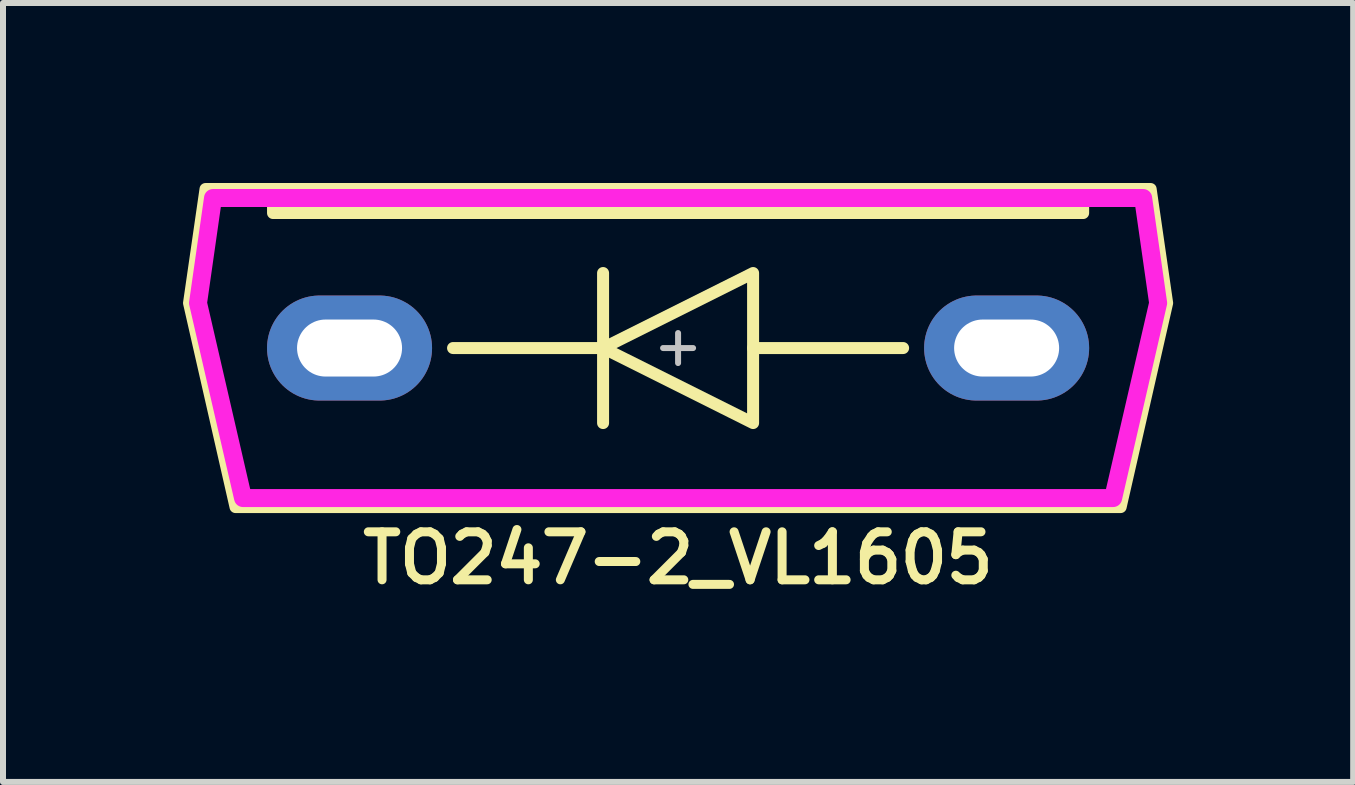
<source format=kicad_pcb>
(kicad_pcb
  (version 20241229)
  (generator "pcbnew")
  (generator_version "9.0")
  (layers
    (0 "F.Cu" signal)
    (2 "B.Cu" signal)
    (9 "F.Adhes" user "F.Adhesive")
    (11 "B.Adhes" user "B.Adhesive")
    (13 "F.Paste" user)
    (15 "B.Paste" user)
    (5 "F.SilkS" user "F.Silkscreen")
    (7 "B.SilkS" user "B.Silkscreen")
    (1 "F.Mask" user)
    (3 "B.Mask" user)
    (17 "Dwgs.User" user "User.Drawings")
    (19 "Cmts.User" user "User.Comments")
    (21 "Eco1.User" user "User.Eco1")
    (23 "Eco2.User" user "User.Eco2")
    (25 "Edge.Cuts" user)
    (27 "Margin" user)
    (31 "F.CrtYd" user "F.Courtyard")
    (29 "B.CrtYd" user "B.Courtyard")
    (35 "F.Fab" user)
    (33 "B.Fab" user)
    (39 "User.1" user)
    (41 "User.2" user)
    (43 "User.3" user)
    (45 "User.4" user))
  (footprint "TO247-2_VL1605"
    (layer "F.Cu")
    (at 8.25 2.75)
    (property "Reference" "TO247-2_VL1605" (at 0 3.5 0) (unlocked yes) (layer "F.SilkS") (effects (font (size 0.8 0.8) (thickness 0.15))))
    (attr through_hole)
    (fp_line (start -1.25 -1.25) (end -1.25 1.25) (stroke (width 0.2) (type default)) (layer "F.SilkS"))
    (fp_line (start -1.25 0) (end -3.75 0) (stroke (width 0.2) (type default)) (layer "F.SilkS"))
    (fp_line (start 3.75 0) (end 1.25 0) (stroke (width 0.2) (type default)) (layer "F.SilkS"))
    (fp_rect (start -6.75 -2.65) (end 6.75 -2.25) (stroke (width 0.2) (type solid)) (fill yes) (layer "F.SilkS"))
    (fp_poly (pts (xy -1.25 0) (xy 1.25 -1.25) (xy 1.25 1.25)) (stroke (width 0.2) (type solid)) (fill no) (layer "F.SilkS"))
    (fp_poly (pts (xy -8.15 -0.75) (xy -7.875 -2.65) (xy 7.875 -2.65) (xy 8.15 -0.75) (xy 7.375 2.65) (xy -7.375 2.65)) (stroke (width 0.2) (type solid)) (fill no) (layer "F.SilkS"))
    (fp_line (start -0.25 0) (end 0.25 0) (stroke (width 0.1) (type default)) (layer "Dwgs.User"))
    (fp_line (start 0 -0.25) (end 0 0.25) (stroke (width 0.1) (type default)) (layer "Dwgs.User"))
    (fp_poly (pts (xy -7.75 -2.5) (xy -8 -0.75) (xy -7.25 2.5) (xy 7.25 2.5) (xy 8 -0.75) (xy 7.75 -2.5)) (stroke (width 0.3) (type solid)) (fill no) (layer "F.CrtYd"))
    (pad "A" thru_hole oval (at 5.475 0) (size 2.75 1.75) (drill oval 1.75 0.95) (layers "*.Cu" "*.Mask"))
    (pad "K" thru_hole oval (at -5.475 0) (size 2.75 1.75) (drill oval 1.75 0.95) (layers "*.Cu" "*.Mask")))
  (gr_rect
    (start -3 -3)
    (end 19.5 9.981)
    (stroke (width 0.1) (type default))
    (fill no)
    (layer "Edge.Cuts")))
</source>
